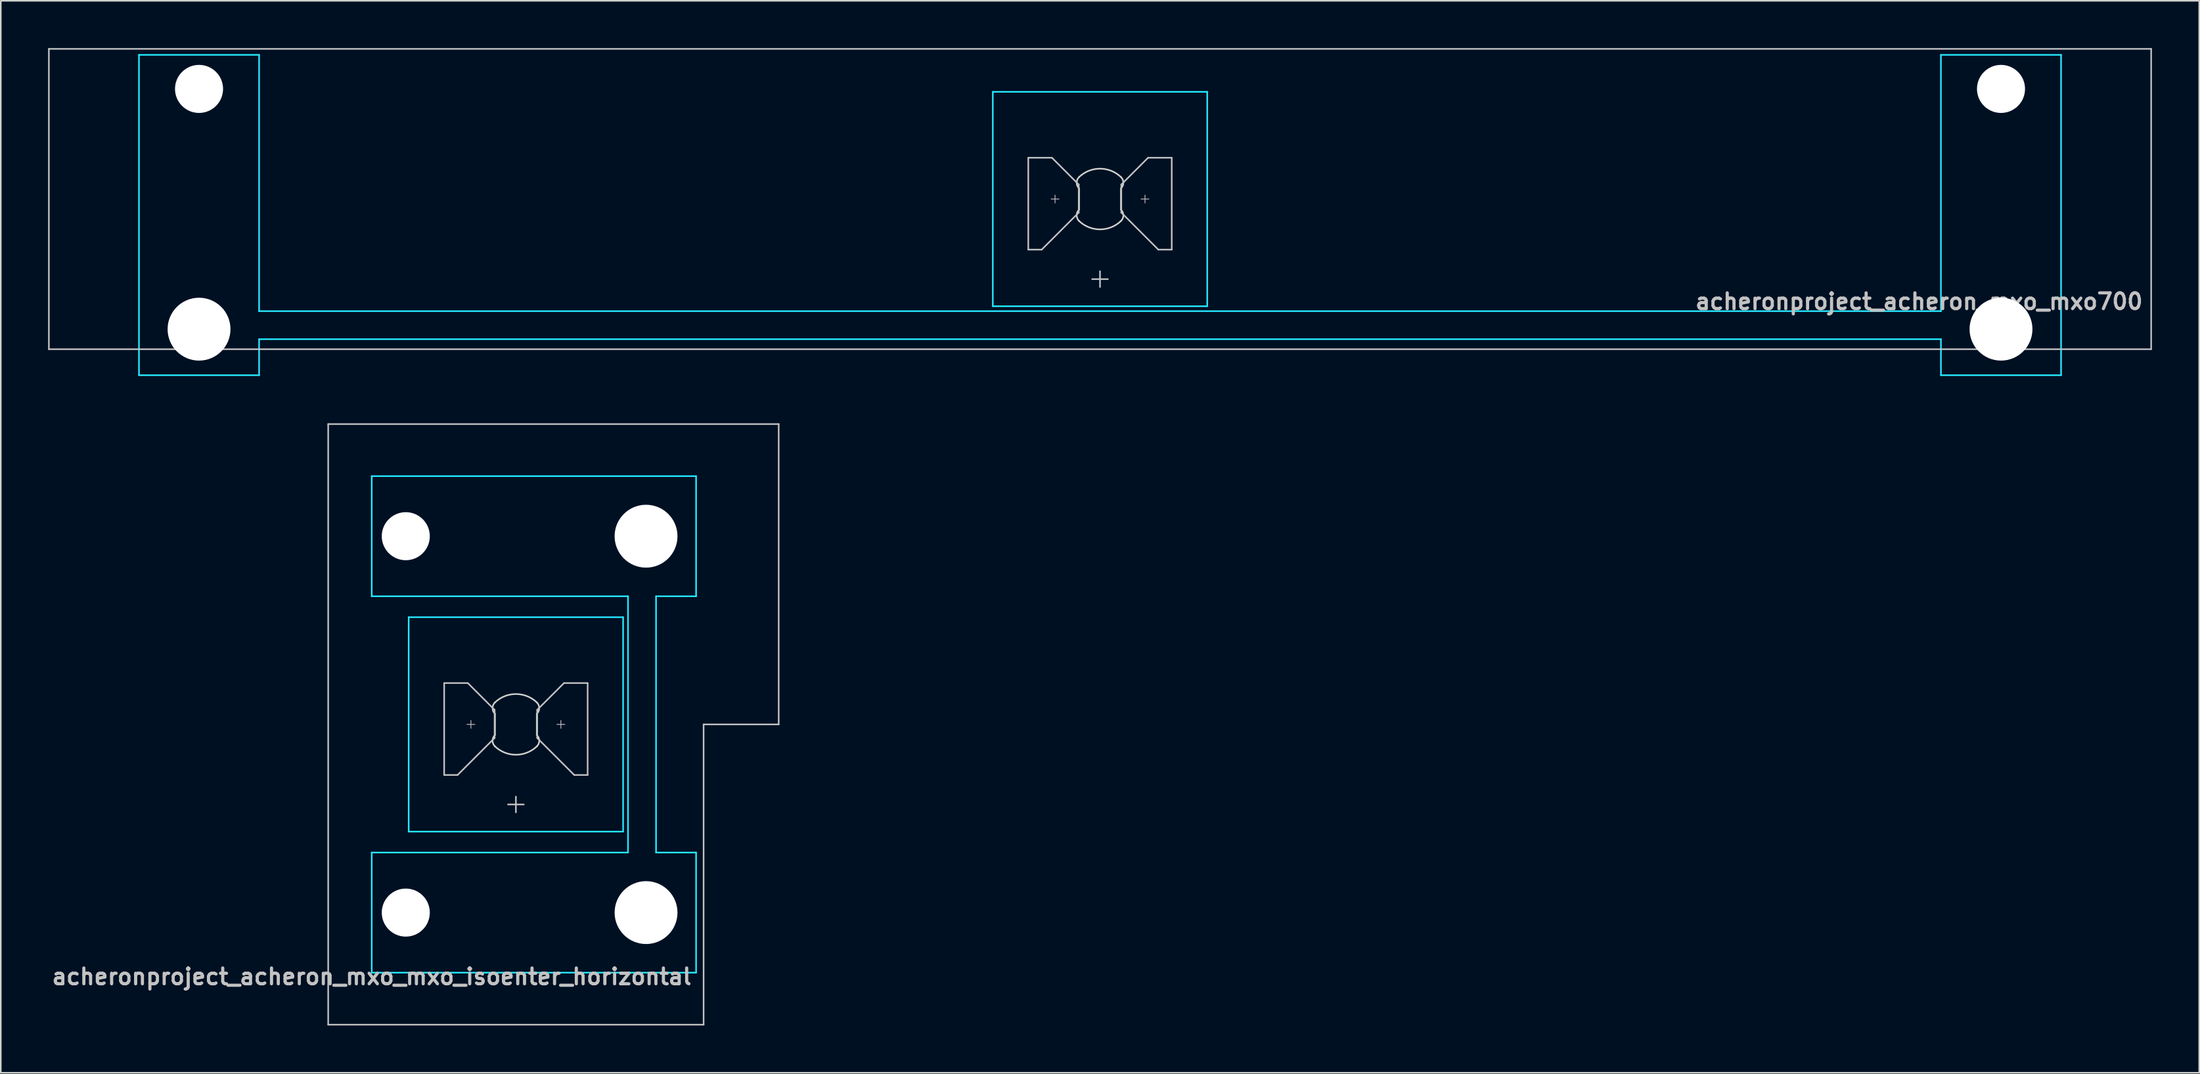
<source format=kicad_pcb>
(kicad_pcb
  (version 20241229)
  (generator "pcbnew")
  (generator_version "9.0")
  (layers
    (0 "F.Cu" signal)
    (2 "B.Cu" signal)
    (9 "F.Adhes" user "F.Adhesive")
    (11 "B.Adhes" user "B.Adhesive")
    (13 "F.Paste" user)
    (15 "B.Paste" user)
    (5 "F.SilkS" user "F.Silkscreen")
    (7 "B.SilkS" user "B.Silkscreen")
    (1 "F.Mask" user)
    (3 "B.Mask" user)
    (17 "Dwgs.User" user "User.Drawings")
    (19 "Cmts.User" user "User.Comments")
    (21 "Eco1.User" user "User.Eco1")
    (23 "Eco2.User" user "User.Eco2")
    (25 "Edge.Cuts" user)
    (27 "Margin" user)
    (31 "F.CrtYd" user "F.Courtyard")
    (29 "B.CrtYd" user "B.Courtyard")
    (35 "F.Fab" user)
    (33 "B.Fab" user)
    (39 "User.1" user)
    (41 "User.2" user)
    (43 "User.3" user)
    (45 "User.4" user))
  (footprint "acheronproject_acheron_mxo_mxo700"
    (layer "F.Cu")
    (at 66.725 9.575)
    (property "Reference" "acheronproject_acheron_mxo_mxo700" (at 66.25 6.5 0) (layer "Dwgs.User") (effects (font (size 1 1) (thickness 0.2)) (justify right)))
    (attr through_hole)
    (fp_line (start -66.675 -9.525) (end -66.675 9.525) (stroke (width 0.1) (type solid)) (layer "Dwgs.User"))
    (fp_line (start -66.675 -9.525) (end 66.675 -9.525) (stroke (width 0.1) (type solid)) (layer "Dwgs.User"))
    (fp_line (start -66.675 9.525) (end 66.675 9.525) (stroke (width 0.1) (type solid)) (layer "Dwgs.User"))
    (fp_line (start -4.55 -2.62) (end -3.05 -2.62) (stroke (width 0.1) (type solid)) (layer "Dwgs.User"))
    (fp_line (start -4.55 3.21) (end -4.55 -2.62) (stroke (width 0.1) (type solid)) (layer "Dwgs.User"))
    (fp_line (start -3.7 3.21) (end -4.55 3.21) (stroke (width 0.1) (type solid)) (layer "Dwgs.User"))
    (fp_line (start -3.103 0) (end -2.603 0) (stroke (width 0.05) (type solid)) (layer "Dwgs.User"))
    (fp_line (start -3.05 -2.62) (end -1.35 -0.92) (stroke (width 0.1) (type solid)) (layer "Dwgs.User"))
    (fp_line (start -2.853 -0.25) (end -2.853 0.25) (stroke (width 0.05) (type solid)) (layer "Dwgs.User"))
    (fp_line (start -1.35 -0.92) (end -1.35 0.86) (stroke (width 0.1) (type solid)) (layer "Dwgs.User"))
    (fp_line (start -1.35 0.86) (end -3.7 3.21) (stroke (width 0.1) (type solid)) (layer "Dwgs.User"))
    (fp_line (start -0.5 5.08) (end 0.5 5.08) (stroke (width 0.1) (type solid)) (layer "Dwgs.User"))
    (fp_line (start 0 4.58) (end 0 5.58) (stroke (width 0.1) (type solid)) (layer "Dwgs.User"))
    (fp_line (start 1.35 -0.92) (end 1.35 0.86) (stroke (width 0.1) (type solid)) (layer "Dwgs.User"))
    (fp_line (start 1.35 0.86) (end 3.7 3.21) (stroke (width 0.1) (type solid)) (layer "Dwgs.User"))
    (fp_line (start 2.603 0) (end 3.103 0) (stroke (width 0.05) (type solid)) (layer "Dwgs.User"))
    (fp_line (start 2.853 -0.25) (end 2.853 0.25) (stroke (width 0.05) (type solid)) (layer "Dwgs.User"))
    (fp_line (start 3.05 -2.62) (end 1.35 -0.92) (stroke (width 0.1) (type solid)) (layer "Dwgs.User"))
    (fp_line (start 3.7 3.21) (end 4.55 3.21) (stroke (width 0.1) (type solid)) (layer "Dwgs.User"))
    (fp_line (start 4.55 -2.62) (end 3.05 -2.62) (stroke (width 0.1) (type solid)) (layer "Dwgs.User"))
    (fp_line (start 4.55 3.21) (end 4.55 -2.62) (stroke (width 0.1) (type solid)) (layer "Dwgs.User"))
    (fp_line (start 66.675 -9.525) (end 66.675 9.525) (stroke (width 0.1) (type solid)) (layer "Dwgs.User"))
    (fp_line (start -60.65 -5.485) (end -60.65 8.515) (stroke (width 0.1) (type solid)) (layer "Eco1.User"))
    (fp_line (start -60.15 -5.985) (end -54.15 -5.985) (stroke (width 0.1) (type solid)) (layer "Eco1.User"))
    (fp_line (start -54.15 9.015) (end -60.15 9.015) (stroke (width 0.1) (type solid)) (layer "Eco1.User"))
    (fp_line (start -53.65 8.515) (end -53.65 -5.485) (stroke (width 0.1) (type solid)) (layer "Eco1.User"))
    (fp_line (start -7 -6.5) (end -7 6.5) (stroke (width 0.1) (type solid)) (layer "Eco1.User"))
    (fp_line (start -6.5 7) (end 6.5 7) (stroke (width 0.1) (type solid)) (layer "Eco1.User"))
    (fp_line (start 6.5 -7) (end -6.5 -7) (stroke (width 0.1) (type solid)) (layer "Eco1.User"))
    (fp_line (start 7 6.5) (end 7 -6.5) (stroke (width 0.1) (type solid)) (layer "Eco1.User"))
    (fp_line (start 53.65 -5.485) (end 53.65 8.515) (stroke (width 0.1) (type solid)) (layer "Eco1.User"))
    (fp_line (start 54.15 -5.985) (end 60.15 -5.985) (stroke (width 0.1) (type solid)) (layer "Eco1.User"))
    (fp_line (start 60.15 9.015) (end 54.15 9.015) (stroke (width 0.1) (type solid)) (layer "Eco1.User"))
    (fp_line (start 60.65 8.515) (end 60.65 -5.485) (stroke (width 0.1) (type solid)) (layer "Eco1.User"))
    (fp_arc (start -60.65 -5.485) (mid -60.503553 -5.838553) (end -60.15 -5.985) (stroke (width 0.1) (type solid)) (layer "Eco1.User"))
    (fp_arc (start -60.15 9.015) (mid -60.503553 8.868553) (end -60.65 8.515) (stroke (width 0.1) (type solid)) (layer "Eco1.User"))
    (fp_arc (start -54.15 -5.985) (mid -53.796447 -5.838553) (end -53.65 -5.485) (stroke (width 0.1) (type solid)) (layer "Eco1.User"))
    (fp_arc (start -53.65 8.515) (mid -53.796447 8.868553) (end -54.15 9.015) (stroke (width 0.1) (type solid)) (layer "Eco1.User"))
    (fp_arc (start -7 -6.5) (mid -6.853553 -6.853553) (end -6.5 -7) (stroke (width 0.1) (type solid)) (layer "Eco1.User"))
    (fp_arc (start -6.5 7) (mid -6.853553 6.853553) (end -7 6.5) (stroke (width 0.1) (type solid)) (layer "Eco1.User"))
    (fp_arc (start 6.5 -7) (mid 6.853553 -6.853553) (end 7 -6.5) (stroke (width 0.1) (type solid)) (layer "Eco1.User"))
    (fp_arc (start 7 6.5) (mid 6.853553 6.853553) (end 6.5 7) (stroke (width 0.1) (type solid)) (layer "Eco1.User"))
    (fp_arc (start 53.65 -5.485) (mid 53.796447 -5.838553) (end 54.15 -5.985) (stroke (width 0.1) (type solid)) (layer "Eco1.User"))
    (fp_arc (start 54.15 9.015) (mid 53.796447 8.868553) (end 53.65 8.515) (stroke (width 0.1) (type solid)) (layer "Eco1.User"))
    (fp_arc (start 60.15 -5.985) (mid 60.503553 -5.838553) (end 60.65 -5.485) (stroke (width 0.1) (type solid)) (layer "Eco1.User"))
    (fp_arc (start 60.65 8.515) (mid 60.503553 8.868553) (end 60.15 9.015) (stroke (width 0.1) (type solid)) (layer "Eco1.User"))
    (fp_line (start -1.325 -0.671) (end -1.325 0.671) (stroke (width 0.1) (type solid)) (layer "Edge.Cuts"))
    (fp_line (start 1.325 0.671) (end 1.325 -0.671) (stroke (width 0.1) (type solid)) (layer "Edge.Cuts"))
    (fp_arc (start -1.325 -1.396424) (mid 0 -1.925) (end 1.325 -1.396424) (stroke (width 0.1) (type solid)) (layer "Edge.Cuts"))
    (fp_arc (start -1.325 -0.671009) (mid -1.480844 -1.033717) (end -1.325 -1.396424) (stroke (width 0.1) (type solid)) (layer "Edge.Cuts"))
    (fp_arc (start -1.325 1.396424) (mid -1.480844 1.033717) (end -1.325 0.671009) (stroke (width 0.1) (type solid)) (layer "Edge.Cuts"))
    (fp_arc (start 1.325 -1.396424) (mid 1.480844 -1.033717) (end 1.325 -0.671009) (stroke (width 0.1) (type solid)) (layer "Edge.Cuts"))
    (fp_arc (start 1.325 0.671009) (mid 1.480844 1.033717) (end 1.325 1.396424) (stroke (width 0.1) (type solid)) (layer "Edge.Cuts"))
    (fp_arc (start 1.325 1.396424) (mid 0 1.925) (end -1.325 1.396424) (stroke (width 0.1) (type solid)) (layer "Edge.Cuts"))
    (fp_line (start -60.96 -9.144) (end -60.96 11.176) (stroke (width 0.1) (type solid)) (layer "B.CrtYd"))
    (fp_line (start -60.96 -9.144) (end -53.34 -9.144) (stroke (width 0.1) (type solid)) (layer "B.CrtYd"))
    (fp_line (start -60.96 11.176) (end -53.34 11.176) (stroke (width 0.1) (type solid)) (layer "B.CrtYd"))
    (fp_line (start -53.34 7.112) (end -53.34 -9.144) (stroke (width 0.1) (type solid)) (layer "B.CrtYd"))
    (fp_line (start -53.34 7.112) (end 53.34 7.112) (stroke (width 0.1) (type solid)) (layer "B.CrtYd"))
    (fp_line (start -53.34 8.89) (end -53.34 11.176) (stroke (width 0.1) (type solid)) (layer "B.CrtYd"))
    (fp_line (start -53.34 8.89) (end 53.34 8.89) (stroke (width 0.1) (type solid)) (layer "B.CrtYd"))
    (fp_line (start -6.8 -6.8) (end -6.8 6.8) (stroke (width 0.1) (type solid)) (layer "B.CrtYd"))
    (fp_line (start -6.8 -6.8) (end 6.8 -6.8) (stroke (width 0.1) (type solid)) (layer "B.CrtYd"))
    (fp_line (start -6.8 6.8) (end 6.8 6.8) (stroke (width 0.1) (type solid)) (layer "B.CrtYd"))
    (fp_line (start 6.8 6.8) (end 6.8 -6.8) (stroke (width 0.1) (type solid)) (layer "B.CrtYd"))
    (fp_line (start 53.34 -9.144) (end 60.96 -9.144) (stroke (width 0.1) (type solid)) (layer "B.CrtYd"))
    (fp_line (start 53.34 7.112) (end 53.34 -9.144) (stroke (width 0.1) (type solid)) (layer "B.CrtYd"))
    (fp_line (start 53.34 8.89) (end 53.34 11.176) (stroke (width 0.1) (type solid)) (layer "B.CrtYd"))
    (fp_line (start 53.34 11.176) (end 60.96 11.176) (stroke (width 0.1) (type solid)) (layer "B.CrtYd"))
    (fp_line (start 60.96 -9.144) (end 60.96 11.176) (stroke (width 0.1) (type solid)) (layer "B.CrtYd"))
    (pad "" np_thru_hole circle (at -57.15 -6.985 180) (size 3.048 3.048) (drill 3.048) (layers "*.Cu" "*.Mask"))
    (pad "" np_thru_hole circle (at -57.15 8.255 180) (size 3.988 3.988) (drill 3.988) (layers "*.Cu" "*.Mask"))
    (pad "" np_thru_hole circle (at 57.15 -6.985 180) (size 3.048 3.048) (drill 3.048) (layers "*.Cu" "*.Mask"))
    (pad "" np_thru_hole circle (at 57.15 8.255 180) (size 3.988 3.988) (drill 3.988) (layers "*.Cu" "*.Mask")))
  (footprint "acheronproject_acheron_mxo_mxo_isoenter_horizontal"
    (layer "F.Cu")
    (at 29.674 42.901)
    (property "Reference" "acheronproject_acheron_mxo_mxo_isoenter_horizontal" (at 11.25 16 0) (layer "Dwgs.User") (effects (font (size 1 1) (thickness 0.2)) (justify right)))
    (fp_line (start -11.906 19.05) (end -11.906 -19.05) (stroke (width 0.1) (type solid)) (layer "Dwgs.User"))
    (fp_line (start -4.55 -2.62) (end -3.05 -2.62) (stroke (width 0.1) (type solid)) (layer "Dwgs.User"))
    (fp_line (start -4.55 3.21) (end -4.55 -2.62) (stroke (width 0.1) (type solid)) (layer "Dwgs.User"))
    (fp_line (start -3.7 3.21) (end -4.55 3.21) (stroke (width 0.1) (type solid)) (layer "Dwgs.User"))
    (fp_line (start -3.103 0) (end -2.603 0) (stroke (width 0.05) (type solid)) (layer "Dwgs.User"))
    (fp_line (start -3.05 -2.62) (end -1.35 -0.92) (stroke (width 0.1) (type solid)) (layer "Dwgs.User"))
    (fp_line (start -2.853 -0.25) (end -2.853 0.25) (stroke (width 0.05) (type solid)) (layer "Dwgs.User"))
    (fp_line (start -1.35 -0.92) (end -1.35 0.86) (stroke (width 0.1) (type solid)) (layer "Dwgs.User"))
    (fp_line (start -1.35 0.86) (end -3.7 3.21) (stroke (width 0.1) (type solid)) (layer "Dwgs.User"))
    (fp_line (start -0.5 5.08) (end 0.5 5.08) (stroke (width 0.1) (type solid)) (layer "Dwgs.User"))
    (fp_line (start 0 4.58) (end 0 5.58) (stroke (width 0.1) (type solid)) (layer "Dwgs.User"))
    (fp_line (start 1.35 -0.92) (end 1.35 0.86) (stroke (width 0.1) (type solid)) (layer "Dwgs.User"))
    (fp_line (start 1.35 0.86) (end 3.7 3.21) (stroke (width 0.1) (type solid)) (layer "Dwgs.User"))
    (fp_line (start 2.603 0) (end 3.103 0) (stroke (width 0.05) (type solid)) (layer "Dwgs.User"))
    (fp_line (start 2.853 -0.25) (end 2.853 0.25) (stroke (width 0.05) (type solid)) (layer "Dwgs.User"))
    (fp_line (start 3.05 -2.62) (end 1.35 -0.92) (stroke (width 0.1) (type solid)) (layer "Dwgs.User"))
    (fp_line (start 3.7 3.21) (end 4.55 3.21) (stroke (width 0.1) (type solid)) (layer "Dwgs.User"))
    (fp_line (start 4.55 -2.62) (end 3.05 -2.62) (stroke (width 0.1) (type solid)) (layer "Dwgs.User"))
    (fp_line (start 4.55 3.21) (end 4.55 -2.62) (stroke (width 0.1) (type solid)) (layer "Dwgs.User"))
    (fp_line (start 11.906 19.05) (end -11.906 19.05) (stroke (width 0.1) (type solid)) (layer "Dwgs.User"))
    (fp_line (start 11.906 19.05) (end 11.906 0) (stroke (width 0.1) (type solid)) (layer "Dwgs.User"))
    (fp_line (start 16.669 -19.05) (end -11.906 -19.05) (stroke (width 0.1) (type solid)) (layer "Dwgs.User"))
    (fp_line (start 16.669 0) (end 11.906 0) (stroke (width 0.1) (type solid)) (layer "Dwgs.User"))
    (fp_line (start 16.669 0) (end 16.669 -19.05) (stroke (width 0.1) (type solid)) (layer "Dwgs.User"))
    (fp_line (start -7 -6.5) (end -7 6.5) (stroke (width 0.1) (type solid)) (layer "Eco1.User"))
    (fp_line (start -6.5 7) (end 6.5 7) (stroke (width 0.1) (type solid)) (layer "Eco1.User"))
    (fp_line (start -5.985 -8.938) (end -5.985 -14.938) (stroke (width 0.1) (type solid)) (layer "Eco1.User"))
    (fp_line (start -5.985 14.938) (end -5.985 8.938) (stroke (width 0.1) (type solid)) (layer "Eco1.User"))
    (fp_line (start -5.485 -8.438) (end 8.515 -8.438) (stroke (width 0.1) (type solid)) (layer "Eco1.User"))
    (fp_line (start -5.485 15.438) (end 8.515 15.438) (stroke (width 0.1) (type solid)) (layer "Eco1.User"))
    (fp_line (start 6.5 -7) (end -6.5 -7) (stroke (width 0.1) (type solid)) (layer "Eco1.User"))
    (fp_line (start 7 6.5) (end 7 -6.5) (stroke (width 0.1) (type solid)) (layer "Eco1.User"))
    (fp_line (start 8.515 -15.438) (end -5.485 -15.438) (stroke (width 0.1) (type solid)) (layer "Eco1.User"))
    (fp_line (start 8.515 8.438) (end -5.485 8.438) (stroke (width 0.1) (type solid)) (layer "Eco1.User"))
    (fp_line (start 9.015 -14.938) (end 9.015 -8.938) (stroke (width 0.1) (type solid)) (layer "Eco1.User"))
    (fp_line (start 9.015 8.938) (end 9.015 14.938) (stroke (width 0.1) (type solid)) (layer "Eco1.User"))
    (fp_arc (start -7 -6.5) (mid -6.853553 -6.853553) (end -6.5 -7) (stroke (width 0.1) (type solid)) (layer "Eco1.User"))
    (fp_arc (start -6.5 7) (mid -6.853553 6.853553) (end -7 6.5) (stroke (width 0.1) (type solid)) (layer "Eco1.User"))
    (fp_arc (start -5.985 -14.938) (mid -5.838553 -15.291553) (end -5.485 -15.438) (stroke (width 0.1) (type solid)) (layer "Eco1.User"))
    (fp_arc (start -5.985 8.938) (mid -5.838553 8.584447) (end -5.485 8.438) (stroke (width 0.1) (type solid)) (layer "Eco1.User"))
    (fp_arc (start -5.485 -8.438) (mid -5.838553 -8.584447) (end -5.985 -8.938) (stroke (width 0.1) (type solid)) (layer "Eco1.User"))
    (fp_arc (start -5.485 15.438) (mid -5.838553 15.291553) (end -5.985 14.938) (stroke (width 0.1) (type solid)) (layer "Eco1.User"))
    (fp_arc (start 6.5 -7) (mid 6.853553 -6.853553) (end 7 -6.5) (stroke (width 0.1) (type solid)) (layer "Eco1.User"))
    (fp_arc (start 7 6.5) (mid 6.853553 6.853553) (end 6.5 7) (stroke (width 0.1) (type solid)) (layer "Eco1.User"))
    (fp_arc (start 8.515 -15.438) (mid 8.868553 -15.291553) (end 9.015 -14.938) (stroke (width 0.1) (type solid)) (layer "Eco1.User"))
    (fp_arc (start 8.515 8.438) (mid 8.868553 8.584447) (end 9.015 8.938) (stroke (width 0.1) (type solid)) (layer "Eco1.User"))
    (fp_arc (start 9.015 -8.938) (mid 8.868553 -8.584447) (end 8.515 -8.438) (stroke (width 0.1) (type solid)) (layer "Eco1.User"))
    (fp_arc (start 9.015 14.938) (mid 8.868553 15.291553) (end 8.515 15.438) (stroke (width 0.1) (type solid)) (layer "Eco1.User"))
    (fp_line (start -1.325 -0.671) (end -1.325 0.671) (stroke (width 0.1) (type solid)) (layer "Edge.Cuts"))
    (fp_line (start 1.325 0.671) (end 1.325 -0.671) (stroke (width 0.1) (type solid)) (layer "Edge.Cuts"))
    (fp_arc (start -1.325 -1.396424) (mid 0 -1.925) (end 1.325 -1.396424) (stroke (width 0.1) (type solid)) (layer "Edge.Cuts"))
    (fp_arc (start -1.325 -0.671009) (mid -1.480844 -1.033717) (end -1.325 -1.396424) (stroke (width 0.1) (type solid)) (layer "Edge.Cuts"))
    (fp_arc (start -1.325 1.396424) (mid -1.480844 1.033717) (end -1.325 0.671009) (stroke (width 0.1) (type solid)) (layer "Edge.Cuts"))
    (fp_arc (start 1.325 -1.396424) (mid 1.480844 -1.033717) (end 1.325 -0.671009) (stroke (width 0.1) (type solid)) (layer "Edge.Cuts"))
    (fp_arc (start 1.325 0.671009) (mid 1.480844 1.033717) (end 1.325 1.396424) (stroke (width 0.1) (type solid)) (layer "Edge.Cuts"))
    (fp_arc (start 1.325 1.396424) (mid 0 1.925) (end -1.325 1.396424) (stroke (width 0.1) (type solid)) (layer "Edge.Cuts"))
    (fp_line (start -9.144 -15.748) (end 11.43 -15.748) (stroke (width 0.1) (type solid)) (layer "B.CrtYd"))
    (fp_line (start -9.144 -8.128) (end -9.144 -15.748) (stroke (width 0.1) (type solid)) (layer "B.CrtYd"))
    (fp_line (start -9.144 -8.128) (end 7.112 -8.128) (stroke (width 0.1) (type solid)) (layer "B.CrtYd"))
    (fp_line (start -9.144 8.128) (end 7.112 8.128) (stroke (width 0.1) (type solid)) (layer "B.CrtYd"))
    (fp_line (start -9.144 15.748) (end -9.144 8.128) (stroke (width 0.1) (type solid)) (layer "B.CrtYd"))
    (fp_line (start -6.8 -6.8) (end -6.8 6.8) (stroke (width 0.1) (type solid)) (layer "B.CrtYd"))
    (fp_line (start 6.8 -6.8) (end -6.8 -6.8) (stroke (width 0.1) (type solid)) (layer "B.CrtYd"))
    (fp_line (start 6.8 -6.8) (end 6.8 6.8) (stroke (width 0.1) (type solid)) (layer "B.CrtYd"))
    (fp_line (start 6.8 6.8) (end -6.8 6.8) (stroke (width 0.1) (type solid)) (layer "B.CrtYd"))
    (fp_line (start 7.112 8.128) (end 7.112 -8.128) (stroke (width 0.1) (type solid)) (layer "B.CrtYd"))
    (fp_line (start 8.89 8.128) (end 8.89 -8.128) (stroke (width 0.1) (type solid)) (layer "B.CrtYd"))
    (fp_line (start 11.43 -15.748) (end 11.43 -8.128) (stroke (width 0.1) (type solid)) (layer "B.CrtYd"))
    (fp_line (start 11.43 -8.128) (end 8.89 -8.128) (stroke (width 0.1) (type solid)) (layer "B.CrtYd"))
    (fp_line (start 11.43 8.128) (end 8.89 8.128) (stroke (width 0.1) (type solid)) (layer "B.CrtYd"))
    (fp_line (start 11.43 8.128) (end 11.43 15.748) (stroke (width 0.1) (type solid)) (layer "B.CrtYd"))
    (fp_line (start 11.43 15.748) (end -9.144 15.748) (stroke (width 0.1) (type solid)) (layer "B.CrtYd"))
    (pad "" np_thru_hole circle (at -6.985 -11.938 90) (size 3.048 3.048) (drill 3.048) (layers "*.Cu" "*.Mask"))
    (pad "" np_thru_hole circle (at -6.985 11.938 90) (size 3.048 3.048) (drill 3.048) (layers "*.Cu" "*.Mask"))
    (pad "" np_thru_hole circle (at 8.255 -11.938 90) (size 3.988 3.988) (drill 3.988) (layers "*.Cu" "*.Mask"))
    (pad "" np_thru_hole circle (at 8.255 11.938 90) (size 3.988 3.988) (drill 3.988) (layers "*.Cu" "*.Mask")))
  (gr_rect
    (start -3 -3)
    (end 136.45 65.001)
    (stroke (width 0.1) (type default))
    (fill no)
    (layer "Edge.Cuts")))
</source>
